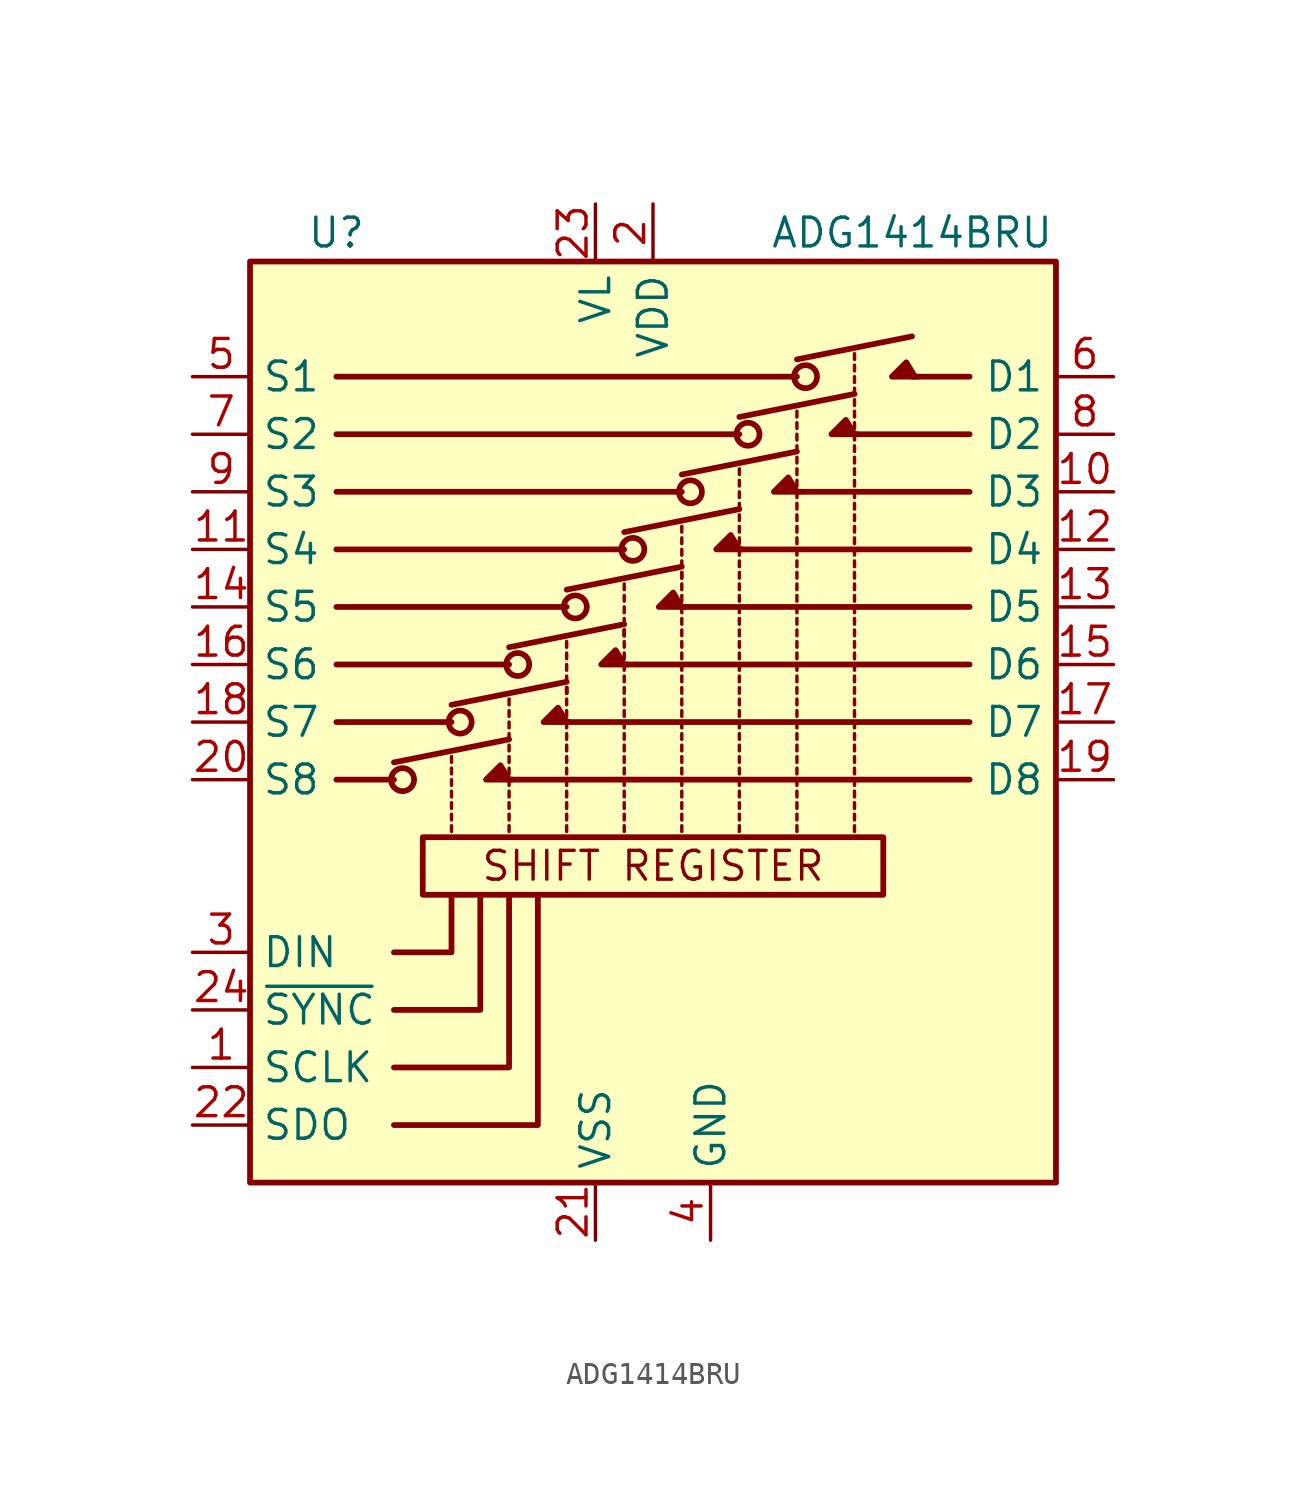
<source format=kicad_sym>
(kicad_symbol_lib
  (version 20220914)
  (generator kicad_symbol_editor)
  (symbol "ADG1414BRU"
    (property "Reference" "U"
      (at -13.97 21.59 0)
      (effects (font (size 1.27 1.27))))
    (property "Value" "ADG1414BRU"
      (at 11.43 21.59 0)
      (effects (font (size 1.27 1.27))))
    (symbol "ADG1414BRU_1_0"
      (polyline (pts (xy -11.43 -17.78) (xy -5.08 -17.78) (xy -5.08 -7.62)) (stroke (width 0.254) (type default)) (fill (type none)))
      (polyline (pts (xy -11.43 -15.24) (xy -6.35 -15.24) (xy -6.35 -7.62)) (stroke (width 0.254) (type default)) (fill (type none)))
      (polyline (pts (xy -11.43 -10.16) (xy -8.89 -10.16) (xy -8.89 -7.62)) (stroke (width 0.254) (type default)) (fill (type none)))
      (polyline (pts (xy -11.43 -12.7) (xy -7.62 -12.7) (xy -7.62 -10.16) (xy -7.62 -7.62)) (stroke (width 0.254) (type default)) (fill (type none)))
      (polyline (pts (xy -6.223 -2.54) (xy -7.366 -2.54) (xy -6.731 -1.905) (xy -6.35 -2.54)) (stroke (width 0.254) (type default)) (fill (type outline)))
      (polyline (pts (xy -3.683 0) (xy -4.826 0) (xy -4.191 0.635) (xy -3.81 0)) (stroke (width 0.254) (type default)) (fill (type outline)))
      (polyline (pts (xy -1.143 2.54) (xy -2.286 2.54) (xy -1.651 3.175) (xy -1.27 2.54)) (stroke (width 0.254) (type default)) (fill (type outline)))
      (polyline (pts (xy 1.397 5.08) (xy 0.254 5.08) (xy 0.889 5.715) (xy 1.27 5.08)) (stroke (width 0.254) (type default)) (fill (type outline)))
      (polyline (pts (xy 3.937 7.62) (xy 2.794 7.62) (xy 3.429 8.255) (xy 3.81 7.62)) (stroke (width 0.254) (type default)) (fill (type outline)))
      (polyline (pts (xy 6.477 10.16) (xy 5.334 10.16) (xy 5.969 10.795) (xy 6.35 10.16)) (stroke (width 0.254) (type default)) (fill (type outline)))
      (polyline (pts (xy 9.017 12.7) (xy 7.874 12.7) (xy 8.509 13.335) (xy 8.89 12.7)) (stroke (width 0.254) (type default)) (fill (type outline)))
      (polyline (pts (xy 11.684 15.24) (xy 10.541 15.24) (xy 11.176 15.875) (xy 11.557 15.24)) (stroke (width 0.254) (type default)) (fill (type outline)))
      (text "SHIFT REGISTER" (at 0 -6.35 0) (effects (font (size 1.27 1.27)))))
    (symbol "ADG1414BRU_1_1"
      (rectangle (start -17.78 -20.32) (end 17.78 20.32) (stroke (width 0.254) (type default)) (fill (type background)))
      (circle (center -11.049 -2.54) (radius 0.508) (stroke (width 0.254) (type default)) (fill (type none)))
      (rectangle (start -10.16 -5.08) (end 10.16 -7.62) (stroke (width 0.254) (type default)) (fill (type none)))
      (circle (center -8.509 0) (radius 0.508) (stroke (width 0.254) (type default)) (fill (type none)))
      (circle (center -5.969 2.54) (radius 0.508) (stroke (width 0.254) (type default)) (fill (type none)))
      (circle (center -3.429 5.08) (radius 0.508) (stroke (width 0.254) (type default)) (fill (type none)))
      (circle (center -0.889 7.62) (radius 0.508) (stroke (width 0.254) (type default)) (fill (type none)))
      (polyline (pts (xy -11.43 -2.54) (xy -13.97 -2.54)) (stroke (width 0.254) (type default)) (fill (type none)))
      (polyline (pts (xy -11.43 -1.778) (xy -6.35 -0.762)) (stroke (width 0.254) (type default)) (fill (type none)))
      (polyline (pts (xy -8.89 -4.826) (xy -8.89 -4.572)) (stroke (width 0) (type default)) (fill (type none)))
      (polyline (pts (xy -8.89 -4.318) (xy -8.89 -4.064)) (stroke (width 0) (type default)) (fill (type none)))
      (polyline (pts (xy -8.89 -3.81) (xy -8.89 -3.556)) (stroke (width 0) (type default)) (fill (type none)))
      (polyline (pts (xy -8.89 -3.302) (xy -8.89 -3.048)) (stroke (width 0) (type default)) (fill (type none)))
      (polyline (pts (xy -8.89 -2.794) (xy -8.89 -2.54)) (stroke (width 0) (type default)) (fill (type none)))
      (polyline (pts (xy -8.89 -2.286) (xy -8.89 -2.032)) (stroke (width 0) (type default)) (fill (type none)))
      (polyline (pts (xy -8.89 -1.778) (xy -8.89 -1.524)) (stroke (width 0) (type default)) (fill (type none)))
      (polyline (pts (xy -8.89 0) (xy -13.97 0)) (stroke (width 0.254) (type default)) (fill (type none)))
      (polyline (pts (xy -8.89 0.762) (xy -3.81 1.778)) (stroke (width 0.254) (type default)) (fill (type none)))
      (polyline (pts (xy -6.35 -4.826) (xy -6.35 -4.572)) (stroke (width 0) (type default)) (fill (type none)))
      (polyline (pts (xy -6.35 -4.318) (xy -6.35 -4.064)) (stroke (width 0) (type default)) (fill (type none)))
      (polyline (pts (xy -6.35 -3.81) (xy -6.35 -3.556)) (stroke (width 0) (type default)) (fill (type none)))
      (polyline (pts (xy -6.35 -3.302) (xy -6.35 -3.048)) (stroke (width 0) (type default)) (fill (type none)))
      (polyline (pts (xy -6.35 -2.794) (xy -6.35 -2.54)) (stroke (width 0) (type default)) (fill (type none)))
      (polyline (pts (xy -6.35 -2.54) (xy 13.97 -2.54)) (stroke (width 0.254) (type default)) (fill (type none)))
      (polyline (pts (xy -6.35 -2.286) (xy -6.35 -2.032)) (stroke (width 0) (type default)) (fill (type none)))
      (polyline (pts (xy -6.35 -1.778) (xy -6.35 -1.524)) (stroke (width 0) (type default)) (fill (type none)))
      (polyline (pts (xy -6.35 -1.27) (xy -6.35 -1.016)) (stroke (width 0) (type default)) (fill (type none)))
      (polyline (pts (xy -6.35 -0.762) (xy -6.35 -0.508)) (stroke (width 0) (type default)) (fill (type none)))
      (polyline (pts (xy -6.35 -0.254) (xy -6.35 0)) (stroke (width 0) (type default)) (fill (type none)))
      (polyline (pts (xy -6.35 0.254) (xy -6.35 0.508)) (stroke (width 0) (type default)) (fill (type none)))
      (polyline (pts (xy -6.35 0.762) (xy -6.35 1.016)) (stroke (width 0) (type default)) (fill (type none)))
      (polyline (pts (xy -6.35 2.54) (xy -13.97 2.54)) (stroke (width 0.254) (type default)) (fill (type none)))
      (polyline (pts (xy -6.35 3.302) (xy -1.27 4.318)) (stroke (width 0.254) (type default)) (fill (type none)))
      (polyline (pts (xy -3.81 -4.826) (xy -3.81 -4.572)) (stroke (width 0) (type default)) (fill (type none)))
      (polyline (pts (xy -3.81 -4.318) (xy -3.81 -4.064)) (stroke (width 0) (type default)) (fill (type none)))
      (polyline (pts (xy -3.81 -3.81) (xy -3.81 -3.556)) (stroke (width 0) (type default)) (fill (type none)))
      (polyline (pts (xy -3.81 -3.302) (xy -3.81 -3.048)) (stroke (width 0) (type default)) (fill (type none)))
      (polyline (pts (xy -3.81 -2.794) (xy -3.81 -2.54)) (stroke (width 0) (type default)) (fill (type none)))
      (polyline (pts (xy -3.81 -2.286) (xy -3.81 -2.032)) (stroke (width 0) (type default)) (fill (type none)))
      (polyline (pts (xy -3.81 -1.778) (xy -3.81 -1.524)) (stroke (width 0) (type default)) (fill (type none)))
      (polyline (pts (xy -3.81 -1.27) (xy -3.81 -1.016)) (stroke (width 0) (type default)) (fill (type none)))
      (polyline (pts (xy -3.81 -0.762) (xy -3.81 -0.508)) (stroke (width 0) (type default)) (fill (type none)))
      (polyline (pts (xy -3.81 -0.254) (xy -3.81 0)) (stroke (width 0) (type default)) (fill (type none)))
      (polyline (pts (xy -3.81 0) (xy 13.97 0)) (stroke (width 0.254) (type default)) (fill (type none)))
      (polyline (pts (xy -3.81 0.254) (xy -3.81 0.508)) (stroke (width 0) (type default)) (fill (type none)))
      (polyline (pts (xy -3.81 0.762) (xy -3.81 1.016)) (stroke (width 0) (type default)) (fill (type none)))
      (polyline (pts (xy -3.81 1.27) (xy -3.81 1.524)) (stroke (width 0) (type default)) (fill (type none)))
      (polyline (pts (xy -3.81 1.27) (xy -3.81 1.524)) (stroke (width 0) (type default)) (fill (type none)))
      (polyline (pts (xy -3.81 1.27) (xy -3.81 1.524)) (stroke (width 0) (type default)) (fill (type none)))
      (polyline (pts (xy -3.81 1.27) (xy -3.81 1.524)) (stroke (width 0) (type default)) (fill (type none)))
      (polyline (pts (xy -3.81 1.778) (xy -3.81 2.032)) (stroke (width 0) (type default)) (fill (type none)))
      (polyline (pts (xy -3.81 2.286) (xy -3.81 2.54)) (stroke (width 0) (type default)) (fill (type none)))
      (polyline (pts (xy -3.81 2.794) (xy -3.81 3.048)) (stroke (width 0) (type default)) (fill (type none)))
      (polyline (pts (xy -3.81 3.302) (xy -3.81 3.556)) (stroke (width 0) (type default)) (fill (type none)))
      (polyline (pts (xy -3.81 5.08) (xy -13.97 5.08)) (stroke (width 0.254) (type default)) (fill (type none)))
      (polyline (pts (xy -3.81 5.842) (xy 1.27 6.858)) (stroke (width 0.254) (type default)) (fill (type none)))
      (polyline (pts (xy -1.27 -4.826) (xy -1.27 -4.572)) (stroke (width 0) (type default)) (fill (type none)))
      (polyline (pts (xy -1.27 -4.318) (xy -1.27 -4.064)) (stroke (width 0) (type default)) (fill (type none)))
      (polyline (pts (xy -1.27 -3.81) (xy -1.27 -3.556)) (stroke (width 0) (type default)) (fill (type none)))
      (polyline (pts (xy -1.27 -3.302) (xy -1.27 -3.048)) (stroke (width 0) (type default)) (fill (type none)))
      (polyline (pts (xy -1.27 -2.794) (xy -1.27 -2.54)) (stroke (width 0) (type default)) (fill (type none)))
      (polyline (pts (xy -1.27 -2.286) (xy -1.27 -2.032)) (stroke (width 0) (type default)) (fill (type none)))
      (polyline (pts (xy -1.27 -1.778) (xy -1.27 -1.524)) (stroke (width 0) (type default)) (fill (type none)))
      (polyline (pts (xy -1.27 -1.27) (xy -1.27 -1.016)) (stroke (width 0) (type default)) (fill (type none)))
      (polyline (pts (xy -1.27 -0.762) (xy -1.27 -0.508)) (stroke (width 0) (type default)) (fill (type none)))
      (polyline (pts (xy -1.27 -0.254) (xy -1.27 0)) (stroke (width 0) (type default)) (fill (type none)))
      (polyline (pts (xy -1.27 0.254) (xy -1.27 0.508)) (stroke (width 0) (type default)) (fill (type none)))
      (polyline (pts (xy -1.27 0.762) (xy -1.27 1.016)) (stroke (width 0) (type default)) (fill (type none)))
      (polyline (pts (xy -1.27 1.27) (xy -1.27 1.524)) (stroke (width 0) (type default)) (fill (type none)))
      (polyline (pts (xy -1.27 1.778) (xy -1.27 2.032)) (stroke (width 0) (type default)) (fill (type none)))
      (polyline (pts (xy -1.27 2.286) (xy -1.27 2.54)) (stroke (width 0) (type default)) (fill (type none)))
      (polyline (pts (xy -1.27 2.54) (xy 13.97 2.54)) (stroke (width 0.254) (type default)) (fill (type none)))
      (polyline (pts (xy -1.27 2.794) (xy -1.27 3.048)) (stroke (width 0) (type default)) (fill (type none)))
      (polyline (pts (xy -1.27 3.302) (xy -1.27 3.556)) (stroke (width 0) (type default)) (fill (type none)))
      (polyline (pts (xy -1.27 3.81) (xy -1.27 4.064)) (stroke (width 0) (type default)) (fill (type none)))
      (polyline (pts (xy -1.27 3.81) (xy -1.27 4.064)) (stroke (width 0) (type default)) (fill (type none)))
      (polyline (pts (xy -1.27 3.81) (xy -1.27 4.064)) (stroke (width 0) (type default)) (fill (type none)))
      (polyline (pts (xy -1.27 4.318) (xy -1.27 4.572)) (stroke (width 0) (type default)) (fill (type none)))
      (polyline (pts (xy -1.27 4.826) (xy -1.27 5.08)) (stroke (width 0) (type default)) (fill (type none)))
      (polyline (pts (xy -1.27 5.334) (xy -1.27 5.588)) (stroke (width 0) (type default)) (fill (type none)))
      (polyline (pts (xy -1.27 5.842) (xy -1.27 6.096)) (stroke (width 0) (type default)) (fill (type none)))
      (polyline (pts (xy -1.27 7.62) (xy -13.97 7.62)) (stroke (width 0.254) (type default)) (fill (type none)))
      (polyline (pts (xy -1.27 8.382) (xy 3.81 9.398)) (stroke (width 0.254) (type default)) (fill (type none)))
      (polyline (pts (xy 1.27 -4.826) (xy 1.27 -4.572)) (stroke (width 0) (type default)) (fill (type none)))
      (polyline (pts (xy 1.27 -4.318) (xy 1.27 -4.064)) (stroke (width 0) (type default)) (fill (type none)))
      (polyline (pts (xy 1.27 -3.81) (xy 1.27 -3.556)) (stroke (width 0) (type default)) (fill (type none)))
      (polyline (pts (xy 1.27 -3.302) (xy 1.27 -3.048)) (stroke (width 0) (type default)) (fill (type none)))
      (polyline (pts (xy 1.27 -2.794) (xy 1.27 -2.54)) (stroke (width 0) (type default)) (fill (type none)))
      (polyline (pts (xy 1.27 -2.286) (xy 1.27 -2.032)) (stroke (width 0) (type default)) (fill (type none)))
      (polyline (pts (xy 1.27 -1.778) (xy 1.27 -1.524)) (stroke (width 0) (type default)) (fill (type none)))
      (polyline (pts (xy 1.27 -1.27) (xy 1.27 -1.016)) (stroke (width 0) (type default)) (fill (type none)))
      (polyline (pts (xy 1.27 -0.762) (xy 1.27 -0.508)) (stroke (width 0) (type default)) (fill (type none)))
      (polyline (pts (xy 1.27 -0.254) (xy 1.27 0)) (stroke (width 0) (type default)) (fill (type none)))
      (polyline (pts (xy 1.27 0.254) (xy 1.27 0.508)) (stroke (width 0) (type default)) (fill (type none)))
      (polyline (pts (xy 1.27 0.762) (xy 1.27 1.016)) (stroke (width 0) (type default)) (fill (type none)))
      (polyline (pts (xy 1.27 1.27) (xy 1.27 1.524)) (stroke (width 0) (type default)) (fill (type none)))
      (polyline (pts (xy 1.27 1.778) (xy 1.27 2.032)) (stroke (width 0) (type default)) (fill (type none)))
      (polyline (pts (xy 1.27 2.286) (xy 1.27 2.54)) (stroke (width 0) (type default)) (fill (type none)))
      (polyline (pts (xy 1.27 2.794) (xy 1.27 3.048)) (stroke (width 0) (type default)) (fill (type none)))
      (polyline (pts (xy 1.27 3.302) (xy 1.27 3.556)) (stroke (width 0) (type default)) (fill (type none)))
      (polyline (pts (xy 1.27 3.81) (xy 1.27 4.064)) (stroke (width 0) (type default)) (fill (type none)))
      (polyline (pts (xy 1.27 4.318) (xy 1.27 4.572)) (stroke (width 0) (type default)) (fill (type none)))
      (polyline (pts (xy 1.27 4.826) (xy 1.27 5.08)) (stroke (width 0) (type default)) (fill (type none)))
      (polyline (pts (xy 1.27 5.08) (xy 13.97 5.08)) (stroke (width 0.254) (type default)) (fill (type none)))
      (polyline (pts (xy 1.27 5.334) (xy 1.27 5.588)) (stroke (width 0) (type default)) (fill (type none)))
      (polyline (pts (xy 1.27 5.842) (xy 1.27 6.096)) (stroke (width 0) (type default)) (fill (type none)))
      (polyline (pts (xy 1.27 6.35) (xy 1.27 6.604)) (stroke (width 0) (type default)) (fill (type none)))
      (polyline (pts (xy 1.27 6.35) (xy 1.27 6.604)) (stroke (width 0) (type default)) (fill (type none)))
      (polyline (pts (xy 1.27 6.858) (xy 1.27 7.112)) (stroke (width 0) (type default)) (fill (type none)))
      (polyline (pts (xy 1.27 7.366) (xy 1.27 7.62)) (stroke (width 0) (type default)) (fill (type none)))
      (polyline (pts (xy 1.27 7.874) (xy 1.27 8.128)) (stroke (width 0) (type default)) (fill (type none)))
      (polyline (pts (xy 1.27 8.382) (xy 1.27 8.636)) (stroke (width 0) (type default)) (fill (type none)))
      (polyline (pts (xy 1.27 10.16) (xy -13.97 10.16)) (stroke (width 0.254) (type default)) (fill (type none)))
      (polyline (pts (xy 1.27 10.922) (xy 6.35 11.938)) (stroke (width 0.254) (type default)) (fill (type none)))
      (polyline (pts (xy 3.81 -4.826) (xy 3.81 -4.572)) (stroke (width 0) (type default)) (fill (type none)))
      (polyline (pts (xy 3.81 -4.318) (xy 3.81 -4.064)) (stroke (width 0) (type default)) (fill (type none)))
      (polyline (pts (xy 3.81 -3.81) (xy 3.81 -3.556)) (stroke (width 0) (type default)) (fill (type none)))
      (polyline (pts (xy 3.81 -3.302) (xy 3.81 -3.048)) (stroke (width 0) (type default)) (fill (type none)))
      (polyline (pts (xy 3.81 -2.794) (xy 3.81 -2.54)) (stroke (width 0) (type default)) (fill (type none)))
      (polyline (pts (xy 3.81 -2.286) (xy 3.81 -2.032)) (stroke (width 0) (type default)) (fill (type none)))
      (polyline (pts (xy 3.81 -1.778) (xy 3.81 -1.524)) (stroke (width 0) (type default)) (fill (type none)))
      (polyline (pts (xy 3.81 -1.27) (xy 3.81 -1.016)) (stroke (width 0) (type default)) (fill (type none)))
      (polyline (pts (xy 3.81 -0.762) (xy 3.81 -0.508)) (stroke (width 0) (type default)) (fill (type none)))
      (polyline (pts (xy 3.81 -0.254) (xy 3.81 0)) (stroke (width 0) (type default)) (fill (type none)))
      (polyline (pts (xy 3.81 0.254) (xy 3.81 0.508)) (stroke (width 0) (type default)) (fill (type none)))
      (polyline (pts (xy 3.81 0.762) (xy 3.81 1.016)) (stroke (width 0) (type default)) (fill (type none)))
      (polyline (pts (xy 3.81 1.27) (xy 3.81 1.524)) (stroke (width 0) (type default)) (fill (type none)))
      (polyline (pts (xy 3.81 1.778) (xy 3.81 2.032)) (stroke (width 0) (type default)) (fill (type none)))
      (polyline (pts (xy 3.81 2.286) (xy 3.81 2.54)) (stroke (width 0) (type default)) (fill (type none)))
      (polyline (pts (xy 3.81 2.794) (xy 3.81 3.048)) (stroke (width 0) (type default)) (fill (type none)))
      (polyline (pts (xy 3.81 3.302) (xy 3.81 3.556)) (stroke (width 0) (type default)) (fill (type none)))
      (polyline (pts (xy 3.81 3.81) (xy 3.81 4.064)) (stroke (width 0) (type default)) (fill (type none)))
      (polyline (pts (xy 3.81 4.318) (xy 3.81 4.572)) (stroke (width 0) (type default)) (fill (type none)))
      (polyline (pts (xy 3.81 4.826) (xy 3.81 5.08)) (stroke (width 0) (type default)) (fill (type none)))
      (polyline (pts (xy 3.81 5.334) (xy 3.81 5.588)) (stroke (width 0) (type default)) (fill (type none)))
      (polyline (pts (xy 3.81 5.842) (xy 3.81 6.096)) (stroke (width 0) (type default)) (fill (type none)))
      (polyline (pts (xy 3.81 6.35) (xy 3.81 6.604)) (stroke (width 0) (type default)) (fill (type none)))
      (polyline (pts (xy 3.81 6.858) (xy 3.81 7.112)) (stroke (width 0) (type default)) (fill (type none)))
      (polyline (pts (xy 3.81 7.366) (xy 3.81 7.62)) (stroke (width 0) (type default)) (fill (type none)))
      (polyline (pts (xy 3.81 7.62) (xy 13.97 7.62)) (stroke (width 0.254) (type default)) (fill (type none)))
      (polyline (pts (xy 3.81 7.874) (xy 3.81 8.128)) (stroke (width 0) (type default)) (fill (type none)))
      (polyline (pts (xy 3.81 8.382) (xy 3.81 8.636)) (stroke (width 0) (type default)) (fill (type none)))
      (polyline (pts (xy 3.81 8.89) (xy 3.81 9.144)) (stroke (width 0) (type default)) (fill (type none)))
      (polyline (pts (xy 3.81 9.398) (xy 3.81 9.652)) (stroke (width 0) (type default)) (fill (type none)))
      (polyline (pts (xy 3.81 9.906) (xy 3.81 10.16)) (stroke (width 0) (type default)) (fill (type none)))
      (polyline (pts (xy 3.81 10.414) (xy 3.81 10.668)) (stroke (width 0) (type default)) (fill (type none)))
      (polyline (pts (xy 3.81 10.922) (xy 3.81 11.176)) (stroke (width 0) (type default)) (fill (type none)))
      (polyline (pts (xy 3.81 12.7) (xy -13.97 12.7)) (stroke (width 0.254) (type default)) (fill (type none)))
      (polyline (pts (xy 3.81 13.462) (xy 8.89 14.478)) (stroke (width 0.254) (type default)) (fill (type none)))
      (polyline (pts (xy 6.35 -4.826) (xy 6.35 -4.572)) (stroke (width 0) (type default)) (fill (type none)))
      (polyline (pts (xy 6.35 -4.318) (xy 6.35 -4.064)) (stroke (width 0) (type default)) (fill (type none)))
      (polyline (pts (xy 6.35 -3.81) (xy 6.35 -3.556)) (stroke (width 0) (type default)) (fill (type none)))
      (polyline (pts (xy 6.35 -3.302) (xy 6.35 -3.048)) (stroke (width 0) (type default)) (fill (type none)))
      (polyline (pts (xy 6.35 -2.794) (xy 6.35 -2.54)) (stroke (width 0) (type default)) (fill (type none)))
      (polyline (pts (xy 6.35 -2.286) (xy 6.35 -2.032)) (stroke (width 0) (type default)) (fill (type none)))
      (polyline (pts (xy 6.35 -1.778) (xy 6.35 -1.524)) (stroke (width 0) (type default)) (fill (type none)))
      (polyline (pts (xy 6.35 -1.27) (xy 6.35 -1.016)) (stroke (width 0) (type default)) (fill (type none)))
      (polyline (pts (xy 6.35 -0.762) (xy 6.35 -0.508)) (stroke (width 0) (type default)) (fill (type none)))
      (polyline (pts (xy 6.35 -0.254) (xy 6.35 0)) (stroke (width 0) (type default)) (fill (type none)))
      (polyline (pts (xy 6.35 0.254) (xy 6.35 0.508)) (stroke (width 0) (type default)) (fill (type none)))
      (polyline (pts (xy 6.35 0.762) (xy 6.35 1.016)) (stroke (width 0) (type default)) (fill (type none)))
      (polyline (pts (xy 6.35 1.27) (xy 6.35 1.524)) (stroke (width 0) (type default)) (fill (type none)))
      (polyline (pts (xy 6.35 1.778) (xy 6.35 2.032)) (stroke (width 0) (type default)) (fill (type none)))
      (polyline (pts (xy 6.35 2.286) (xy 6.35 2.54)) (stroke (width 0) (type default)) (fill (type none)))
      (polyline (pts (xy 6.35 2.794) (xy 6.35 3.048)) (stroke (width 0) (type default)) (fill (type none)))
      (polyline (pts (xy 6.35 3.302) (xy 6.35 3.556)) (stroke (width 0) (type default)) (fill (type none)))
      (polyline (pts (xy 6.35 3.81) (xy 6.35 4.064)) (stroke (width 0) (type default)) (fill (type none)))
      (polyline (pts (xy 6.35 4.318) (xy 6.35 4.572)) (stroke (width 0) (type default)) (fill (type none)))
      (polyline (pts (xy 6.35 4.826) (xy 6.35 5.08)) (stroke (width 0) (type default)) (fill (type none)))
      (polyline (pts (xy 6.35 5.334) (xy 6.35 5.588)) (stroke (width 0) (type default)) (fill (type none)))
      (polyline (pts (xy 6.35 5.842) (xy 6.35 6.096)) (stroke (width 0) (type default)) (fill (type none)))
      (polyline (pts (xy 6.35 6.35) (xy 6.35 6.604)) (stroke (width 0) (type default)) (fill (type none)))
      (polyline (pts (xy 6.35 6.858) (xy 6.35 7.112)) (stroke (width 0) (type default)) (fill (type none)))
      (polyline (pts (xy 6.35 7.366) (xy 6.35 7.62)) (stroke (width 0) (type default)) (fill (type none)))
      (polyline (pts (xy 6.35 7.874) (xy 6.35 8.128)) (stroke (width 0) (type default)) (fill (type none)))
      (polyline (pts (xy 6.35 8.382) (xy 6.35 8.636)) (stroke (width 0) (type default)) (fill (type none)))
      (polyline (pts (xy 6.35 8.89) (xy 6.35 9.144)) (stroke (width 0) (type default)) (fill (type none)))
      (polyline (pts (xy 6.35 9.398) (xy 6.35 9.652)) (stroke (width 0) (type default)) (fill (type none)))
      (polyline (pts (xy 6.35 9.906) (xy 6.35 10.16)) (stroke (width 0) (type default)) (fill (type none)))
      (polyline (pts (xy 6.35 10.16) (xy 13.97 10.16)) (stroke (width 0.254) (type default)) (fill (type none)))
      (polyline (pts (xy 6.35 10.414) (xy 6.35 10.668)) (stroke (width 0) (type default)) (fill (type none)))
      (polyline (pts (xy 6.35 10.922) (xy 6.35 11.176)) (stroke (width 0) (type default)) (fill (type none)))
      (polyline (pts (xy 6.35 11.43) (xy 6.35 11.684)) (stroke (width 0) (type default)) (fill (type none)))
      (polyline (pts (xy 6.35 11.938) (xy 6.35 12.192)) (stroke (width 0) (type default)) (fill (type none)))
      (polyline (pts (xy 6.35 12.446) (xy 6.35 12.7)) (stroke (width 0) (type default)) (fill (type none)))
      (polyline (pts (xy 6.35 12.954) (xy 6.35 13.208)) (stroke (width 0) (type default)) (fill (type none)))
      (polyline (pts (xy 6.35 13.462) (xy 6.35 13.716)) (stroke (width 0) (type default)) (fill (type none)))
      (polyline (pts (xy 6.35 15.24) (xy -13.97 15.24)) (stroke (width 0.254) (type default)) (fill (type none)))
      (polyline (pts (xy 6.35 16.002) (xy 11.43 17.018)) (stroke (width 0.254) (type default)) (fill (type none)))
      (polyline (pts (xy 8.89 -4.826) (xy 8.89 -4.572)) (stroke (width 0) (type default)) (fill (type none)))
      (polyline (pts (xy 8.89 -4.318) (xy 8.89 -4.064)) (stroke (width 0) (type default)) (fill (type none)))
      (polyline (pts (xy 8.89 -3.81) (xy 8.89 -3.556)) (stroke (width 0) (type default)) (fill (type none)))
      (polyline (pts (xy 8.89 -3.302) (xy 8.89 -3.048)) (stroke (width 0) (type default)) (fill (type none)))
      (polyline (pts (xy 8.89 -2.794) (xy 8.89 -2.54)) (stroke (width 0) (type default)) (fill (type none)))
      (polyline (pts (xy 8.89 -2.286) (xy 8.89 -2.032)) (stroke (width 0) (type default)) (fill (type none)))
      (polyline (pts (xy 8.89 -1.778) (xy 8.89 -1.524)) (stroke (width 0) (type default)) (fill (type none)))
      (polyline (pts (xy 8.89 -1.27) (xy 8.89 -1.016)) (stroke (width 0) (type default)) (fill (type none)))
      (polyline (pts (xy 8.89 -0.762) (xy 8.89 -0.508)) (stroke (width 0) (type default)) (fill (type none)))
      (polyline (pts (xy 8.89 -0.254) (xy 8.89 0)) (stroke (width 0) (type default)) (fill (type none)))
      (polyline (pts (xy 8.89 0.254) (xy 8.89 0.508)) (stroke (width 0) (type default)) (fill (type none)))
      (polyline (pts (xy 8.89 0.762) (xy 8.89 1.016)) (stroke (width 0) (type default)) (fill (type none)))
      (polyline (pts (xy 8.89 1.27) (xy 8.89 1.524)) (stroke (width 0) (type default)) (fill (type none)))
      (polyline (pts (xy 8.89 1.778) (xy 8.89 2.032)) (stroke (width 0) (type default)) (fill (type none)))
      (polyline (pts (xy 8.89 2.286) (xy 8.89 2.54)) (stroke (width 0) (type default)) (fill (type none)))
      (polyline (pts (xy 8.89 2.794) (xy 8.89 3.048)) (stroke (width 0) (type default)) (fill (type none)))
      (polyline (pts (xy 8.89 3.302) (xy 8.89 3.556)) (stroke (width 0) (type default)) (fill (type none)))
      (polyline (pts (xy 8.89 3.81) (xy 8.89 4.064)) (stroke (width 0) (type default)) (fill (type none)))
      (polyline (pts (xy 8.89 4.318) (xy 8.89 4.572)) (stroke (width 0) (type default)) (fill (type none)))
      (polyline (pts (xy 8.89 4.826) (xy 8.89 5.08)) (stroke (width 0) (type default)) (fill (type none)))
      (polyline (pts (xy 8.89 5.334) (xy 8.89 5.588)) (stroke (width 0) (type default)) (fill (type none)))
      (polyline (pts (xy 8.89 5.842) (xy 8.89 6.096)) (stroke (width 0) (type default)) (fill (type none)))
      (polyline (pts (xy 8.89 6.35) (xy 8.89 6.604)) (stroke (width 0) (type default)) (fill (type none)))
      (polyline (pts (xy 8.89 6.858) (xy 8.89 7.112)) (stroke (width 0) (type default)) (fill (type none)))
      (polyline (pts (xy 8.89 7.366) (xy 8.89 7.62)) (stroke (width 0) (type default)) (fill (type none)))
      (polyline (pts (xy 8.89 7.874) (xy 8.89 8.128)) (stroke (width 0) (type default)) (fill (type none)))
      (polyline (pts (xy 8.89 8.382) (xy 8.89 8.636)) (stroke (width 0) (type default)) (fill (type none)))
      (polyline (pts (xy 8.89 8.89) (xy 8.89 9.144)) (stroke (width 0) (type default)) (fill (type none)))
      (polyline (pts (xy 8.89 9.398) (xy 8.89 9.652)) (stroke (width 0) (type default)) (fill (type none)))
      (polyline (pts (xy 8.89 9.906) (xy 8.89 10.16)) (stroke (width 0) (type default)) (fill (type none)))
      (polyline (pts (xy 8.89 10.414) (xy 8.89 10.668)) (stroke (width 0) (type default)) (fill (type none)))
      (polyline (pts (xy 8.89 10.922) (xy 8.89 11.176)) (stroke (width 0) (type default)) (fill (type none)))
      (polyline (pts (xy 8.89 11.43) (xy 8.89 11.684)) (stroke (width 0) (type default)) (fill (type none)))
      (polyline (pts (xy 8.89 11.938) (xy 8.89 12.192)) (stroke (width 0) (type default)) (fill (type none)))
      (polyline (pts (xy 8.89 12.446) (xy 8.89 12.7)) (stroke (width 0) (type default)) (fill (type none)))
      (polyline (pts (xy 8.89 12.7) (xy 13.97 12.7)) (stroke (width 0.254) (type default)) (fill (type none)))
      (polyline (pts (xy 8.89 12.954) (xy 8.89 13.208)) (stroke (width 0) (type default)) (fill (type none)))
      (polyline (pts (xy 8.89 13.462) (xy 8.89 13.716)) (stroke (width 0) (type default)) (fill (type none)))
      (polyline (pts (xy 8.89 13.97) (xy 8.89 14.224)) (stroke (width 0) (type default)) (fill (type none)))
      (polyline (pts (xy 8.89 14.478) (xy 8.89 14.732)) (stroke (width 0) (type default)) (fill (type none)))
      (polyline (pts (xy 8.89 14.986) (xy 8.89 15.24)) (stroke (width 0) (type default)) (fill (type none)))
      (polyline (pts (xy 8.89 15.494) (xy 8.89 15.748)) (stroke (width 0) (type default)) (fill (type none)))
      (polyline (pts (xy 8.89 16.002) (xy 8.89 16.256)) (stroke (width 0) (type default)) (fill (type none)))
      (polyline (pts (xy 11.43 15.24) (xy 13.97 15.24)) (stroke (width 0.254) (type default)) (fill (type none)))
      (circle (center 1.651 10.16) (radius 0.508) (stroke (width 0.254) (type default)) (fill (type none)))
      (circle (center 4.191 12.7) (radius 0.508) (stroke (width 0.254) (type default)) (fill (type none)))
      (circle (center 6.731 15.24) (radius 0.508) (stroke (width 0.254) (type default)) (fill (type none)))
      (pin input line (at -20.32 -15.24 0) (length 2.54) (name "SCLK" (effects (font (size 1.27 1.27)))) (number "1" (effects (font (size 1.27 1.27)))))
      (pin passive line (at 20.32 10.16 180) (length 2.54) (name "D3" (effects (font (size 1.27 1.27)))) (number "10" (effects (font (size 1.27 1.27)))))
      (pin passive line (at -20.32 7.62 0) (length 2.54) (name "S4" (effects (font (size 1.27 1.27)))) (number "11" (effects (font (size 1.27 1.27)))))
      (pin passive line (at 20.32 7.62 180) (length 2.54) (name "D4" (effects (font (size 1.27 1.27)))) (number "12" (effects (font (size 1.27 1.27)))))
      (pin passive line (at 20.32 5.08 180) (length 2.54) (name "D5" (effects (font (size 1.27 1.27)))) (number "13" (effects (font (size 1.27 1.27)))))
      (pin passive line (at -20.32 5.08 0) (length 2.54) (name "S5" (effects (font (size 1.27 1.27)))) (number "14" (effects (font (size 1.27 1.27)))))
      (pin passive line (at 20.32 2.54 180) (length 2.54) (name "D6" (effects (font (size 1.27 1.27)))) (number "15" (effects (font (size 1.27 1.27)))))
      (pin passive line (at -20.32 2.54 0) (length 2.54) (name "S6" (effects (font (size 1.27 1.27)))) (number "16" (effects (font (size 1.27 1.27)))))
      (pin passive line (at 20.32 0 180) (length 2.54) (name "D7" (effects (font (size 1.27 1.27)))) (number "17" (effects (font (size 1.27 1.27)))))
      (pin passive line (at -20.32 0 0) (length 2.54) (name "S7" (effects (font (size 1.27 1.27)))) (number "18" (effects (font (size 1.27 1.27)))))
      (pin passive line (at 20.32 -2.54 180) (length 2.54) (name "D8" (effects (font (size 1.27 1.27)))) (number "19" (effects (font (size 1.27 1.27)))))
      (pin power_in line (at 0 22.86 270) (length 2.54) (name "VDD" (effects (font (size 1.27 1.27)))) (number "2" (effects (font (size 1.27 1.27)))))
      (pin passive line (at -20.32 -2.54 0) (length 2.54) (name "S8" (effects (font (size 1.27 1.27)))) (number "20" (effects (font (size 1.27 1.27)))))
      (pin power_in line (at -2.54 -22.86 90) (length 2.54) (name "VSS" (effects (font (size 1.27 1.27)))) (number "21" (effects (font (size 1.27 1.27)))))
      (pin open_collector line (at -20.32 -17.78 0) (length 2.54) (name "SDO" (effects (font (size 1.27 1.27)))) (number "22" (effects (font (size 1.27 1.27)))))
      (pin power_in line (at -2.54 22.86 270) (length 2.54) (name "VL" (effects (font (size 1.27 1.27)))) (number "23" (effects (font (size 1.27 1.27)))))
      (pin input line (at -20.32 -12.7 0) (length 2.54) (name "~{SYNC}" (effects (font (size 1.27 1.27)))) (number "24" (effects (font (size 1.27 1.27)))))
      (pin input line (at -20.32 -10.16 0) (length 2.54) (name "DIN" (effects (font (size 1.27 1.27)))) (number "3" (effects (font (size 1.27 1.27)))))
      (pin power_in line (at 2.54 -22.86 90) (length 2.54) (name "GND" (effects (font (size 1.27 1.27)))) (number "4" (effects (font (size 1.27 1.27)))))
      (pin passive line (at -20.32 15.24 0) (length 2.54) (name "S1" (effects (font (size 1.27 1.27)))) (number "5" (effects (font (size 1.27 1.27)))))
      (pin passive line (at 20.32 15.24 180) (length 2.54) (name "D1" (effects (font (size 1.27 1.27)))) (number "6" (effects (font (size 1.27 1.27)))))
      (pin passive line (at -20.32 12.7 0) (length 2.54) (name "S2" (effects (font (size 1.27 1.27)))) (number "7" (effects (font (size 1.27 1.27)))))
      (pin passive line (at 20.32 12.7 180) (length 2.54) (name "D2" (effects (font (size 1.27 1.27)))) (number "8" (effects (font (size 1.27 1.27)))))
      (pin passive line (at -20.32 10.16 0) (length 2.54) (name "S3" (effects (font (size 1.27 1.27)))) (number "9" (effects (font (size 1.27 1.27))))))))
</source>
